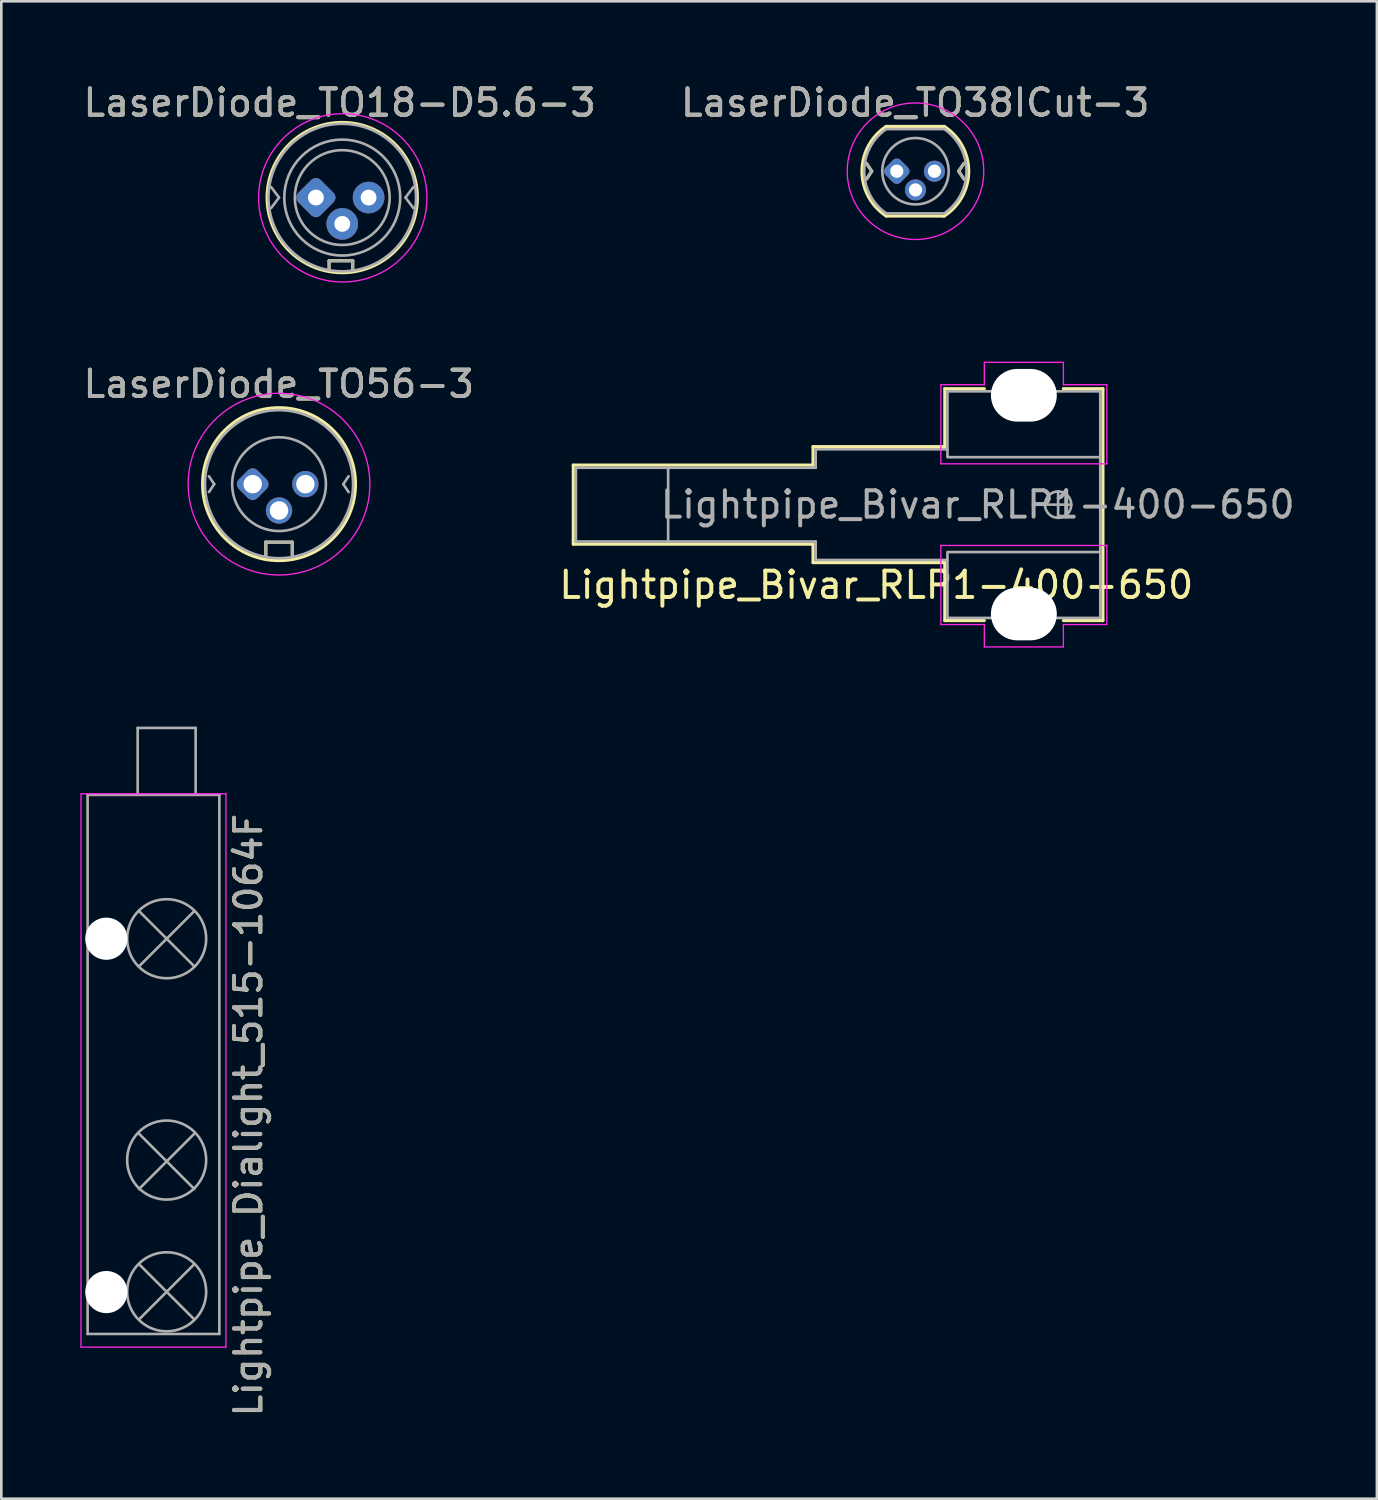
<source format=kicad_pcb>
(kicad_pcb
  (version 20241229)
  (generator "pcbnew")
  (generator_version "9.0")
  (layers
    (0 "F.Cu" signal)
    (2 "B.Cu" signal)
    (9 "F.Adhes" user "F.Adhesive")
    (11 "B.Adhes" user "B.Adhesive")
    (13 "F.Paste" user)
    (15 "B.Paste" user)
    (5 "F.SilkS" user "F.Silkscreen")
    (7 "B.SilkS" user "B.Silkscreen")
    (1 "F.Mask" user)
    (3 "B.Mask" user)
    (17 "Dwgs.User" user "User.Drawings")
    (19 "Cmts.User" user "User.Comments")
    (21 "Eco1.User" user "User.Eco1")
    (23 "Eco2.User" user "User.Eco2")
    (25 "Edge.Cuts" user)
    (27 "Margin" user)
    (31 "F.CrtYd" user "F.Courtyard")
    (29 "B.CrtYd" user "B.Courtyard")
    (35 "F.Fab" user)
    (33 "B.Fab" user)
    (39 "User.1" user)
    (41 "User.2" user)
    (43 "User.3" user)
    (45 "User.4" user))
  (footprint "Lightpipe_Bivar_RLP1-400-650"
    (layer "F.Cu")
    (at 35.808 16.102)
    (property "Reference" "Lightpipe_Bivar_RLP1-400-650" (at -5.6 3.05 0) (layer "F.SilkS") (effects (font (size 1 1) (thickness 0.15))))
    (attr through_hole)
    (fp_line (start -17.1 -1.5) (end -17.1 1.5) (stroke (width 0.12) (type solid)) (layer "F.SilkS"))
    (fp_line (start -17.1 1.5) (end -8 1.5) (stroke (width 0.12) (type solid)) (layer "F.SilkS"))
    (fp_line (start -8 -2.2) (end -8 -1.5) (stroke (width 0.12) (type solid)) (layer "F.SilkS"))
    (fp_line (start -8 -2.2) (end -3 -2.2) (stroke (width 0.12) (type solid)) (layer "F.SilkS"))
    (fp_line (start -8 -1.5) (end -17.1 -1.5) (stroke (width 0.12) (type solid)) (layer "F.SilkS"))
    (fp_line (start -8 1.5) (end -8 2.2) (stroke (width 0.12) (type solid)) (layer "F.SilkS"))
    (fp_line (start -8 2.2) (end -3 2.2) (stroke (width 0.12) (type solid)) (layer "F.SilkS"))
    (fp_line (start -3 -4.4) (end -1.5 -4.4) (stroke (width 0.12) (type solid)) (layer "F.SilkS"))
    (fp_line (start -3 -2.2) (end -3 -4.4) (stroke (width 0.12) (type solid)) (layer "F.SilkS"))
    (fp_line (start -3 4.4) (end -3 2.2) (stroke (width 0.12) (type solid)) (layer "F.SilkS"))
    (fp_line (start -3 4.4) (end -1.5 4.4) (stroke (width 0.12) (type solid)) (layer "F.SilkS"))
    (fp_line (start 3 -4.4) (end 1.5 -4.4) (stroke (width 0.12) (type solid)) (layer "F.SilkS"))
    (fp_line (start 3 -4.4) (end 3 4.4) (stroke (width 0.12) (type solid)) (layer "F.SilkS"))
    (fp_line (start 3 4.4) (end 1.5 4.4) (stroke (width 0.12) (type solid)) (layer "F.SilkS"))
    (fp_line (start -3.15 -4.55) (end -3.15 -2.35) (stroke (width 0.05) (type solid)) (layer "F.CrtYd"))
    (fp_line (start -3.15 -1.55) (end -3.15 -2.35) (stroke (width 0.05) (type solid)) (layer "F.CrtYd"))
    (fp_line (start -3.15 1.55) (end -3.15 2.35) (stroke (width 0.05) (type solid)) (layer "F.CrtYd"))
    (fp_line (start -3.15 2.35) (end -3.15 4.55) (stroke (width 0.05) (type solid)) (layer "F.CrtYd"))
    (fp_line (start -3.15 4.55) (end -1.5 4.55) (stroke (width 0.05) (type solid)) (layer "F.CrtYd"))
    (fp_line (start -1.5 -5.4) (end -1.5 -4.55) (stroke (width 0.05) (type solid)) (layer "F.CrtYd"))
    (fp_line (start -1.5 -4.55) (end -3.15 -4.55) (stroke (width 0.05) (type solid)) (layer "F.CrtYd"))
    (fp_line (start -1.5 4.55) (end -1.5 5.4) (stroke (width 0.05) (type solid)) (layer "F.CrtYd"))
    (fp_line (start -1.5 5.4) (end 1.5 5.4) (stroke (width 0.05) (type solid)) (layer "F.CrtYd"))
    (fp_line (start 1.5 -5.4) (end -1.5 -5.4) (stroke (width 0.05) (type solid)) (layer "F.CrtYd"))
    (fp_line (start 1.5 -4.55) (end 1.5 -5.4) (stroke (width 0.05) (type solid)) (layer "F.CrtYd"))
    (fp_line (start 1.5 4.55) (end 3.15 4.55) (stroke (width 0.05) (type solid)) (layer "F.CrtYd"))
    (fp_line (start 1.5 5.4) (end 1.5 4.55) (stroke (width 0.05) (type solid)) (layer "F.CrtYd"))
    (fp_line (start 3.15 -4.55) (end 1.5 -4.55) (stroke (width 0.05) (type solid)) (layer "F.CrtYd"))
    (fp_line (start 3.15 -1.55) (end -3.15 -1.55) (stroke (width 0.05) (type solid)) (layer "F.CrtYd"))
    (fp_line (start 3.15 -1.55) (end 3.15 -4.55) (stroke (width 0.05) (type solid)) (layer "F.CrtYd"))
    (fp_line (start 3.15 1.55) (end -3.15 1.55) (stroke (width 0.05) (type solid)) (layer "F.CrtYd"))
    (fp_line (start 3.15 4.55) (end 3.15 1.55) (stroke (width 0.05) (type solid)) (layer "F.CrtYd"))
    (fp_line (start -17 -1.4) (end -17 1.4) (stroke (width 0.1) (type solid)) (layer "F.Fab"))
    (fp_line (start -17 -1.4) (end -7.9 -1.4) (stroke (width 0.1) (type solid)) (layer "F.Fab"))
    (fp_line (start -17 1.4) (end -7.9 1.4) (stroke (width 0.1) (type solid)) (layer "F.Fab"))
    (fp_line (start -13.5 1.4) (end -13.5 -1.4) (stroke (width 0.1) (type solid)) (layer "F.Fab"))
    (fp_line (start -7.9 -2.1) (end -2.9 -2.1) (stroke (width 0.1) (type solid)) (layer "F.Fab"))
    (fp_line (start -7.9 -1.4) (end -7.9 -2.1) (stroke (width 0.1) (type solid)) (layer "F.Fab"))
    (fp_line (start -7.9 1.4) (end -7.9 2.1) (stroke (width 0.1) (type solid)) (layer "F.Fab"))
    (fp_line (start -7.9 2.1) (end -2.9 2.1) (stroke (width 0.1) (type solid)) (layer "F.Fab"))
    (fp_line (start 0.8 0) (end 1.8 0) (stroke (width 0.1) (type solid)) (layer "F.Fab"))
    (fp_line (start 1.3 -0.5) (end 1.3 0.5) (stroke (width 0.1) (type solid)) (layer "F.Fab"))
    (fp_line (start 2.9 -1.8) (end 2.9 1.8) (stroke (width 0.1) (type solid)) (layer "F.Fab"))
    (fp_rect (start -2.9 -4.3) (end 2.9 -1.8) (stroke (width 0.1) (type solid)) (fill no) (layer "F.Fab"))
    (fp_rect (start -2.9 1.8) (end 2.9 4.3) (stroke (width 0.1) (type solid)) (fill no) (layer "F.Fab"))
    (fp_circle (center 1.3 0) (end 1.3 0.5) (stroke (width 0.1) (type solid)) (fill no) (layer "F.Fab"))
    (fp_text user "${REFERENCE}" (at -1.75 0 0) (layer "F.Fab") (effects (font (size 1 1) (thickness 0.15))))
    (pad "" np_thru_hole oval (at 0 -4.15) (size 2.5 2) (drill oval 2.5 2) (layers "*.Cu" "*.Mask"))
    (pad "" np_thru_hole oval (at 0 4.15) (size 2.5 2) (drill oval 2.5 2) (layers "*.Cu" "*.Mask")))
  (footprint "LaserDiode_TO18-D5.6-3"
    (layer "F.Cu")
    (at 8.939 4.448)
    (property "Reference" "LaserDiode_TO18-D5.6-3" (at 0.9 -3.6 0) (layer "F.SilkS") (effects (font (size 1 1) (thickness 0.15))))
    (attr through_hole)
    (fp_line (start 0.5 2.4) (end 1.4 2.4) (stroke (width 0.12) (type solid)) (layer "F.SilkS"))
    (fp_line (start 0.5 2.8) (end 0.5 2.4) (stroke (width 0.12) (type solid)) (layer "F.SilkS"))
    (fp_line (start 1.4 2.4) (end 1.4 2.8) (stroke (width 0.12) (type solid)) (layer "F.SilkS"))
    (fp_circle (center 1 0) (end -1.85 0) (stroke (width 0.12) (type solid)) (fill no) (layer "F.SilkS"))
    (fp_circle (center 1.02 0.01) (end 3.85 1.49) (stroke (width 0.05) (type solid)) (fill no) (layer "F.CrtYd"))
    (fp_line (start -1.4 0) (end -1.7 -0.4) (stroke (width 0.1) (type solid)) (layer "F.Fab"))
    (fp_line (start -1.4 0) (end -1.7 0.4) (stroke (width 0.1) (type solid)) (layer "F.Fab"))
    (fp_line (start 0.5 2.4) (end 1.4 2.4) (stroke (width 0.1) (type solid)) (layer "F.Fab"))
    (fp_line (start 0.5 2.7) (end 0.5 2.4) (stroke (width 0.1) (type solid)) (layer "F.Fab"))
    (fp_line (start 1.4 2.4) (end 1.4 2.7) (stroke (width 0.1) (type solid)) (layer "F.Fab"))
    (fp_line (start 3.4 0) (end 3.7 0.4) (stroke (width 0.1) (type solid)) (layer "F.Fab"))
    (fp_line (start 3.7 -0.4) (end 3.4 0) (stroke (width 0.1) (type solid)) (layer "F.Fab"))
    (fp_circle (center 1 0) (end -1.8 0) (stroke (width 0.1) (type solid)) (fill no) (layer "F.Fab"))
    (fp_circle (center 1 0) (end 2.8 0) (stroke (width 0.1) (type solid)) (fill no) (layer "F.Fab"))
    (fp_circle (center 1 0) (end 3.2 0) (stroke (width 0.1) (type solid)) (fill no) (layer "F.Fab"))
    (fp_text user "${REFERENCE}" (at 0.9 -3.6 0) (layer "F.Fab") (effects (font (size 1 1) (thickness 0.15))))
    (pad "1" thru_hole roundrect (at 0 0 45) (size 1.2 1.2) (drill 0.6) (layers "*.Cu" "*.Mask") (roundrect_rratio 0.208))
    (pad "2" thru_hole circle (at 1 1) (size 1.2 1.2) (drill 0.6) (layers "*.Cu" "*.Mask"))
    (pad "3" thru_hole circle (at 2 0) (size 1.2 1.2) (drill 0.6) (layers "*.Cu" "*.Mask")))
  (footprint "LaserDiode_TO56-3"
    (layer "F.Cu")
    (at 6.54 15.325)
    (property "Reference" "LaserDiode_TO56-3" (at 0.99 -3.8 0) (layer "F.SilkS") (effects (font (size 1 1) (thickness 0.15))))
    (attr through_hole)
    (fp_line (start 0.5 2.2) (end 1.5 2.2) (stroke (width 0.12) (type solid)) (layer "F.SilkS"))
    (fp_line (start 0.5 2.85) (end 0.5 2.2) (stroke (width 0.12) (type solid)) (layer "F.SilkS"))
    (fp_line (start 1.5 2.2) (end 1.5 2.85) (stroke (width 0.12) (type solid)) (layer "F.SilkS"))
    (fp_circle (center 1 0) (end 3.9 0) (stroke (width 0.12) (type solid)) (fill no) (layer "F.SilkS"))
    (fp_circle (center 1 0) (end 4.3 1) (stroke (width 0.05) (type solid)) (fill no) (layer "F.CrtYd"))
    (fp_line (start -1.66 -0.3) (end -1.46 0) (stroke (width 0.1) (type solid)) (layer "F.Fab"))
    (fp_line (start -1.46 0) (end -1.66 0.3) (stroke (width 0.1) (type solid)) (layer "F.Fab"))
    (fp_line (start 0.5 2.2) (end 1.5 2.2) (stroke (width 0.1) (type solid)) (layer "F.Fab"))
    (fp_line (start 0.5 2.7) (end 0.5 2.2) (stroke (width 0.1) (type solid)) (layer "F.Fab"))
    (fp_line (start 1.5 2.2) (end 1.5 2.7) (stroke (width 0.1) (type solid)) (layer "F.Fab"))
    (fp_line (start 3.44 0) (end 3.64 0.3) (stroke (width 0.1) (type solid)) (layer "F.Fab"))
    (fp_line (start 3.64 -0.3) (end 3.44 0) (stroke (width 0.1) (type solid)) (layer "F.Fab"))
    (fp_circle (center 1 0) (end 2.78 0) (stroke (width 0.1) (type solid)) (fill no) (layer "F.Fab"))
    (fp_circle (center 1 0) (end 3.81 0) (stroke (width 0.1) (type solid)) (fill no) (layer "F.Fab"))
    (fp_text user "${REFERENCE}" (at 0.99 -3.8 0) (layer "F.Fab") (effects (font (size 1 1) (thickness 0.15))))
    (pad "1" thru_hole roundrect (at 0 0 45) (size 1 1) (drill 0.7) (layers "*.Cu" "*.Mask") (roundrect_rratio 0.25))
    (pad "2" thru_hole circle (at 1 1) (size 1 1) (drill 0.7) (layers "*.Cu" "*.Mask"))
    (pad "3" thru_hole circle (at 2 0) (size 1 1) (drill 0.7) (layers "*.Cu" "*.Mask")))
  (footprint "Lightpipe_Dialight_515-1064F"
    (layer "F.Cu")
    (at 0.985 32.577)
    (property "Reference" "Lightpipe_Dialight_515-1064F" (at 5.39 6.7 270) (layer "F.SilkS") (effects (font (size 1 1) (thickness 0.15))))
    (attr exclude_from_pos_files exclude_from_bom)
    (fp_line (start -0.96 -5.5) (end 4.54 -5.5) (stroke (width 0.05) (type solid)) (layer "F.CrtYd"))
    (fp_line (start -0.96 15.5) (end -0.96 -5.5) (stroke (width 0.05) (type solid)) (layer "F.CrtYd"))
    (fp_line (start 4.54 -5.5) (end 4.54 15.5) (stroke (width 0.05) (type solid)) (layer "F.CrtYd"))
    (fp_line (start 4.54 15.5) (end -0.96 15.5) (stroke (width 0.05) (type solid)) (layer "F.CrtYd"))
    (fp_line (start -0.71 -5.46) (end 4.29 -5.46) (stroke (width 0.1) (type solid)) (layer "F.Fab"))
    (fp_line (start -0.71 15) (end -0.71 -5.46) (stroke (width 0.1) (type solid)) (layer "F.Fab"))
    (fp_line (start 1.19 -8) (end 1.19 -5.5) (stroke (width 0.1) (type solid)) (layer "F.Fab"))
    (fp_line (start 3.34 -1.05) (end 1.24 1.05) (stroke (width 0.1) (type solid)) (layer "F.Fab"))
    (fp_line (start 3.34 1.05) (end 1.24 -1.05) (stroke (width 0.1) (type solid)) (layer "F.Fab"))
    (fp_line (start 3.34 7.4) (end 1.24 9.5) (stroke (width 0.1) (type solid)) (layer "F.Fab"))
    (fp_line (start 3.34 9.5) (end 1.24 7.4) (stroke (width 0.1) (type solid)) (layer "F.Fab"))
    (fp_line (start 3.34 12.35) (end 1.24 14.45) (stroke (width 0.1) (type solid)) (layer "F.Fab"))
    (fp_line (start 3.34 14.45) (end 1.24 12.35) (stroke (width 0.1) (type solid)) (layer "F.Fab"))
    (fp_line (start 3.39 -8) (end 1.19 -8) (stroke (width 0.1) (type solid)) (layer "F.Fab"))
    (fp_line (start 3.39 -5.5) (end 3.39 -8) (stroke (width 0.1) (type solid)) (layer "F.Fab"))
    (fp_line (start 4.29 -5.46) (end 4.29 15) (stroke (width 0.1) (type solid)) (layer "F.Fab"))
    (fp_line (start 4.29 15) (end -0.71 15) (stroke (width 0.1) (type solid)) (layer "F.Fab"))
    (fp_circle (center 2.29 0) (end 0.79 0) (stroke (width 0.1) (type solid)) (fill no) (layer "F.Fab"))
    (fp_circle (center 2.29 8.4) (end 0.79 8.4) (stroke (width 0.1) (type solid)) (fill no) (layer "F.Fab"))
    (fp_circle (center 2.29 13.4) (end 0.79 13.4) (stroke (width 0.1) (type solid)) (fill no) (layer "F.Fab"))
    (fp_text user "${REFERENCE}" (at 5.39 6.69 270) (layer "F.Fab") (effects (font (size 1 1) (thickness 0.15))))
    (pad "" np_thru_hole circle (at 0 0 180) (size 1.6 1.6) (drill 1.6) (layers "*.Cu"))
    (pad "" np_thru_hole circle (at 0 13.41 180) (size 1.6 1.6) (drill 1.6) (layers "*.Cu")))
  (footprint "LaserDiode_TO38ICut-3"
    (layer "F.Cu")
    (at 30.985 3.448)
    (property "Reference" "LaserDiode_TO38ICut-3" (at 0.7 -2.6 0) (layer "F.SilkS") (effects (font (size 1 1) (thickness 0.15))))
    (attr through_hole)
    (fp_line (start -1.15 -0.3) (end -0.95 0) (stroke (width 0.12) (type solid)) (layer "F.SilkS"))
    (fp_line (start -0.95 0) (end -1.15 0.3) (stroke (width 0.12) (type solid)) (layer "F.SilkS"))
    (fp_line (start -0.4 1.7) (end 1.8 1.7) (stroke (width 0.12) (type solid)) (layer "F.SilkS"))
    (fp_line (start 1.8 -1.7) (end -0.4 -1.7) (stroke (width 0.12) (type solid)) (layer "F.SilkS"))
    (fp_line (start 2.35 0) (end 2.55 0.3) (stroke (width 0.12) (type solid)) (layer "F.SilkS"))
    (fp_line (start 2.55 -0.3) (end 2.35 0) (stroke (width 0.12) (type solid)) (layer "F.SilkS"))
    (fp_arc (start -0.4 1.7) (mid -1.320296 0) (end -0.4 -1.7) (stroke (width 0.12) (type solid)) (layer "F.SilkS"))
    (fp_arc (start 1.8 -1.7) (mid 2.729422 0.005888) (end 1.790069 1.706327) (stroke (width 0.12) (type solid)) (layer "F.SilkS"))
    (fp_circle (center 0.71 0) (end 3.1 1) (stroke (width 0.05) (type solid)) (fill no) (layer "F.CrtYd"))
    (fp_line (start -1.15 -0.3) (end -0.95 0) (stroke (width 0.1) (type solid)) (layer "F.Fab"))
    (fp_line (start -0.95 0) (end -1.15 0.3) (stroke (width 0.1) (type solid)) (layer "F.Fab"))
    (fp_line (start -0.4 1.6) (end 1.8 1.6) (stroke (width 0.1) (type solid)) (layer "F.Fab"))
    (fp_line (start 1.8 -1.6) (end -0.4 -1.6) (stroke (width 0.1) (type solid)) (layer "F.Fab"))
    (fp_line (start 2.35 0) (end 2.55 0.3) (stroke (width 0.1) (type solid)) (layer "F.Fab"))
    (fp_line (start 2.55 -0.3) (end 2.35 0) (stroke (width 0.1) (type solid)) (layer "F.Fab"))
    (fp_arc (start -0.4 1.6) (mid -1.237313 0.008464) (end -0.413866 -1.590291) (stroke (width 0.1) (type solid)) (layer "F.Fab"))
    (fp_arc (start 1.8 -1.6) (mid 2.645842 -0.024847) (end 1.840706 1.571497) (stroke (width 0.1) (type solid)) (layer "F.Fab"))
    (fp_circle (center 0.71 0) (end 1.97 0) (stroke (width 0.1) (type solid)) (fill no) (layer "F.Fab"))
    (fp_text user "${REFERENCE}" (at 0.7 -2.6 0) (layer "F.Fab") (effects (font (size 1 1) (thickness 0.15))))
    (pad "1" thru_hole roundrect (at 0 0 45) (size 0.8 0.8) (drill 0.5) (layers "*.Cu" "*.Mask") (roundrect_rratio 0.25))
    (pad "2" thru_hole circle (at 0.71 0.71) (size 0.8 0.8) (drill 0.5) (layers "*.Cu" "*.Mask"))
    (pad "3" thru_hole circle (at 1.43 0) (size 0.8 0.8) (drill 0.5) (layers "*.Cu" "*.Mask")))
  (gr_rect
    (start -3 -3)
    (end 49.207 53.83)
    (stroke (width 0.1) (type default))
    (fill no)
    (layer "Edge.Cuts")))
</source>
